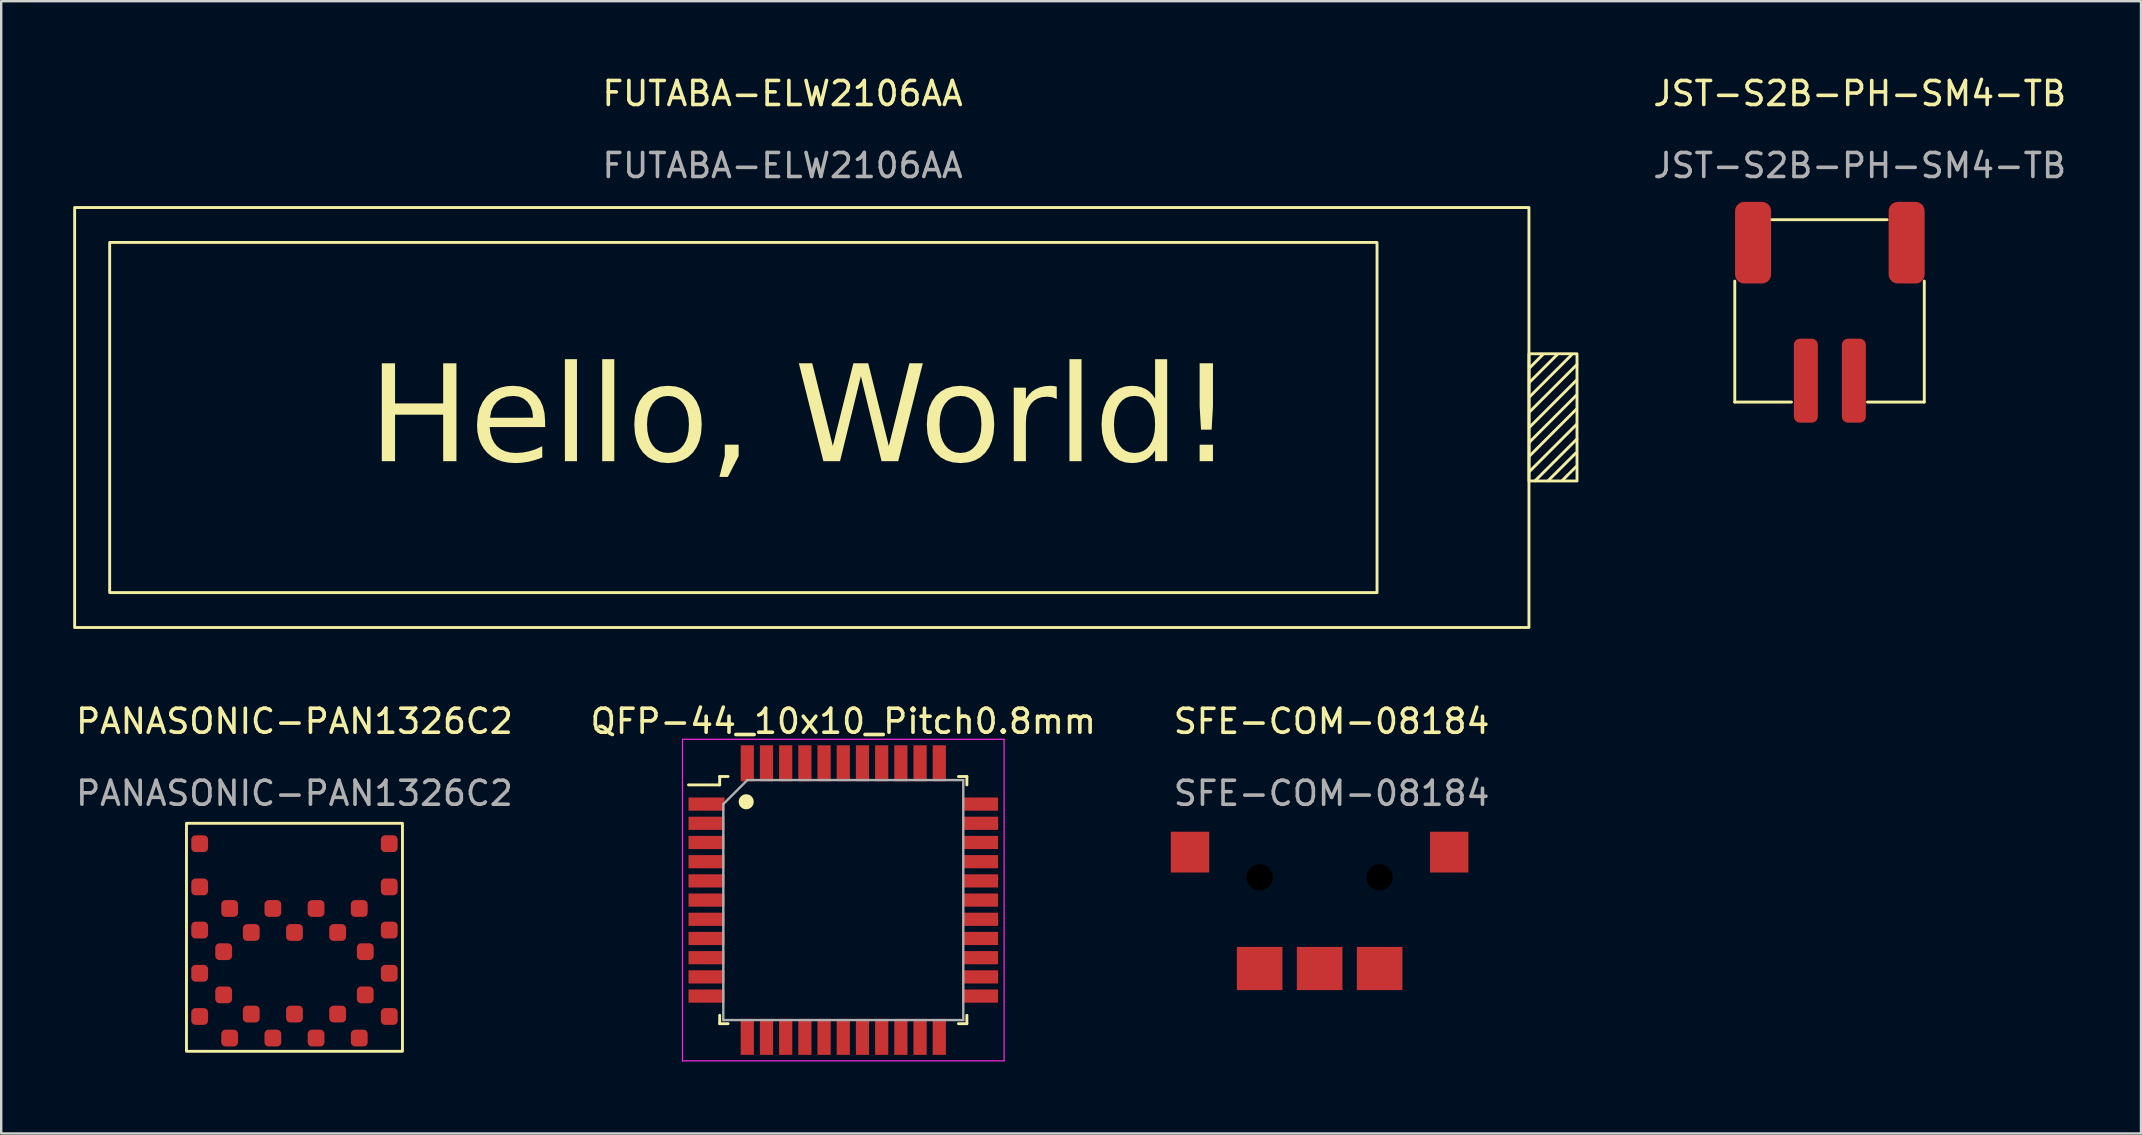
<source format=kicad_pcb>
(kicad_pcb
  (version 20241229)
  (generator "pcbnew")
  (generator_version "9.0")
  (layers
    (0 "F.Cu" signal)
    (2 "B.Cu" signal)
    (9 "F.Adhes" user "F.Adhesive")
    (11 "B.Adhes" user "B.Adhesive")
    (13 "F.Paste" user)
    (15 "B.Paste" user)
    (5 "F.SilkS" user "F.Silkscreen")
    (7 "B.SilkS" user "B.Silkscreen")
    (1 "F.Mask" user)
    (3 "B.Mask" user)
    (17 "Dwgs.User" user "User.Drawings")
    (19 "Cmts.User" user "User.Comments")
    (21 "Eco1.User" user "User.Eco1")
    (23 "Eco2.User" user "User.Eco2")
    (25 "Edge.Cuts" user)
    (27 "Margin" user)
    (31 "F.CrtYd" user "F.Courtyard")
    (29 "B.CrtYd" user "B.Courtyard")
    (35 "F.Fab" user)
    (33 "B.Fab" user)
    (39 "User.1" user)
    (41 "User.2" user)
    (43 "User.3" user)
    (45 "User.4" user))
  (footprint "JST-S2B-PH-SM4-TB"
    (layer "F.Cu")
    (at 69.999 7.063)
    (property "Reference" "JST-S2B-PH-SM4-TB" (at 4.445 -6.215 0) (unlocked yes) (layer "F.SilkS") (effects (font (size 1 1) (thickness 0.15))))
    (attr smd)
    (fp_line (start -0.765 6.641) (end 1.6 6.641) (stroke (width 0.12) (type default)) (layer "F.SilkS"))
    (fp_line (start -0.762 1.6) (end -0.762 6.641) (stroke (width 0.12) (type default)) (layer "F.SilkS"))
    (fp_line (start 0.785 -0.959) (end 5.585 -0.959) (stroke (width 0.12) (type default)) (layer "F.SilkS"))
    (fp_line (start 4.767 6.641) (end 7.133 6.641) (stroke (width 0.12) (type default)) (layer "F.SilkS"))
    (fp_line (start 7.135 1.6) (end 7.135 6.641) (stroke (width 0.12) (type default)) (layer "F.SilkS"))
    (fp_text user "${REFERENCE}" (at 4.445 -3.215 0) (unlocked yes) (layer "F.Fab") (effects (font (size 1 1) (thickness 0.15))))
    (pad "1" smd roundrect (at 4.2 5.75 90) (size 3.5 1) (layers "F.Cu" "F.Mask" "F.Paste") (roundrect_rratio 0.25))
    (pad "2" smd roundrect (at 2.2 5.75 90) (size 3.5 1) (layers "F.Cu" "F.Mask" "F.Paste") (roundrect_rratio 0.25))
    (pad "MP" smd roundrect (at 0 0 90) (size 3.4 1.5) (layers "F.Cu" "F.Mask" "F.Paste") (roundrect_rratio 0.25))
    (pad "MP" smd roundrect (at 6.4 0 90) (size 3.4 1.5) (layers "F.Cu" "F.Mask" "F.Paste") (roundrect_rratio 0.25)))
  (footprint "QFP-44_10x10_Pitch0.8mm"
    (layer "F.Cu")
    (at 32.089 34.456)
    (property "Reference" "QFP-44_10x10_Pitch0.8mm" (at 0 -7.45 0) (layer "F.SilkS") (effects (font (size 1 1) (thickness 0.15))))
    (attr smd)
    (fp_line (start -5.15 -5.15) (end -5.15 -4.8) (stroke (width 0.12) (type default)) (layer "F.SilkS"))
    (fp_line (start -5.15 -4.8) (end -6.45 -4.8) (stroke (width 0.12) (type default)) (layer "F.SilkS"))
    (fp_line (start -5.15 5.15) (end -5.15 4.8) (stroke (width 0.12) (type default)) (layer "F.SilkS"))
    (fp_line (start -4.8 -5.15) (end -5.15 -5.15) (stroke (width 0.12) (type default)) (layer "F.SilkS"))
    (fp_line (start -4.8 5.15) (end -5.15 5.15) (stroke (width 0.12) (type default)) (layer "F.SilkS"))
    (fp_line (start 4.8 -5.15) (end 5.15 -5.15) (stroke (width 0.12) (type default)) (layer "F.SilkS"))
    (fp_line (start 4.8 5.15) (end 5.15 5.15) (stroke (width 0.12) (type default)) (layer "F.SilkS"))
    (fp_line (start 5.15 -5.15) (end 5.15 -4.8) (stroke (width 0.12) (type default)) (layer "F.SilkS"))
    (fp_line (start 5.15 5.15) (end 5.15 4.8) (stroke (width 0.12) (type default)) (layer "F.SilkS"))
    (fp_circle (center -4.045 -4.097) (end -3.791 -4.097) (stroke (width 0.12) (type solid)) (fill yes) (layer "F.SilkS"))
    (fp_line (start -6.7 -6.7) (end 6.7 -6.7) (stroke (width 0.05) (type default)) (layer "F.CrtYd"))
    (fp_line (start -6.7 6.7) (end -6.7 -6.7) (stroke (width 0.05) (type default)) (layer "F.CrtYd"))
    (fp_line (start 6.7 -6.7) (end 6.7 6.7) (stroke (width 0.05) (type default)) (layer "F.CrtYd"))
    (fp_line (start 6.7 6.7) (end -6.7 6.7) (stroke (width 0.05) (type default)) (layer "F.CrtYd"))
    (fp_line (start -5 -4) (end -5 5) (stroke (width 0.1) (type default)) (layer "F.Fab"))
    (fp_line (start -5 5) (end 5 5) (stroke (width 0.1) (type default)) (layer "F.Fab"))
    (fp_line (start -4 -5) (end -5 -4) (stroke (width 0.1) (type default)) (layer "F.Fab"))
    (fp_line (start 5 -5) (end -4 -5) (stroke (width 0.1) (type default)) (layer "F.Fab"))
    (fp_line (start 5 5) (end 5 -5) (stroke (width 0.1) (type default)) (layer "F.Fab"))
    (pad "1" smd rect (at -5.7 -4 90) (size 0.55 1.5) (layers "F.Cu" "F.Mask" "F.Paste"))
    (pad "2" smd rect (at -5.7 -3.2 90) (size 0.55 1.5) (layers "F.Cu" "F.Mask" "F.Paste"))
    (pad "3" smd rect (at -5.7 -2.4 90) (size 0.55 1.5) (layers "F.Cu" "F.Mask" "F.Paste"))
    (pad "4" smd rect (at -5.7 -1.6 90) (size 0.55 1.5) (layers "F.Cu" "F.Mask" "F.Paste"))
    (pad "5" smd rect (at -5.7 -0.8 90) (size 0.55 1.5) (layers "F.Cu" "F.Mask" "F.Paste"))
    (pad "6" smd rect (at -5.7 0 90) (size 0.55 1.5) (layers "F.Cu" "F.Mask" "F.Paste"))
    (pad "7" smd rect (at -5.7 0.8 90) (size 0.55 1.5) (layers "F.Cu" "F.Mask" "F.Paste"))
    (pad "8" smd rect (at -5.7 1.6 90) (size 0.55 1.5) (layers "F.Cu" "F.Mask" "F.Paste"))
    (pad "9" smd rect (at -5.7 2.4 90) (size 0.55 1.5) (layers "F.Cu" "F.Mask" "F.Paste"))
    (pad "10" smd rect (at -5.7 3.2 90) (size 0.55 1.5) (layers "F.Cu" "F.Mask" "F.Paste"))
    (pad "11" smd rect (at -5.7 4 90) (size 0.55 1.5) (layers "F.Cu" "F.Mask" "F.Paste"))
    (pad "12" smd rect (at -4 5.7) (size 0.55 1.5) (layers "F.Cu" "F.Mask" "F.Paste"))
    (pad "13" smd rect (at -3.2 5.7) (size 0.55 1.5) (layers "F.Cu" "F.Mask" "F.Paste"))
    (pad "14" smd rect (at -2.4 5.7) (size 0.55 1.5) (layers "F.Cu" "F.Mask" "F.Paste"))
    (pad "15" smd rect (at -1.6 5.7) (size 0.55 1.5) (layers "F.Cu" "F.Mask" "F.Paste"))
    (pad "16" smd rect (at -0.8 5.7) (size 0.55 1.5) (layers "F.Cu" "F.Mask" "F.Paste"))
    (pad "17" smd rect (at 0 5.7) (size 0.55 1.5) (layers "F.Cu" "F.Mask" "F.Paste"))
    (pad "18" smd rect (at 0.8 5.7) (size 0.55 1.5) (layers "F.Cu" "F.Mask" "F.Paste"))
    (pad "19" smd rect (at 1.6 5.7) (size 0.55 1.5) (layers "F.Cu" "F.Mask" "F.Paste"))
    (pad "20" smd rect (at 2.4 5.7) (size 0.55 1.5) (layers "F.Cu" "F.Mask" "F.Paste"))
    (pad "21" smd rect (at 3.2 5.7) (size 0.55 1.5) (layers "F.Cu" "F.Mask" "F.Paste"))
    (pad "22" smd rect (at 4 5.7) (size 0.55 1.5) (layers "F.Cu" "F.Mask" "F.Paste"))
    (pad "23" smd rect (at 5.7 4 90) (size 0.55 1.5) (layers "F.Cu" "F.Mask" "F.Paste"))
    (pad "24" smd rect (at 5.7 3.2 90) (size 0.55 1.5) (layers "F.Cu" "F.Mask" "F.Paste"))
    (pad "25" smd rect (at 5.7 2.4 90) (size 0.55 1.5) (layers "F.Cu" "F.Mask" "F.Paste"))
    (pad "26" smd rect (at 5.7 1.6 90) (size 0.55 1.5) (layers "F.Cu" "F.Mask" "F.Paste"))
    (pad "27" smd rect (at 5.7 0.8 90) (size 0.55 1.5) (layers "F.Cu" "F.Mask" "F.Paste"))
    (pad "28" smd rect (at 5.7 0 90) (size 0.55 1.5) (layers "F.Cu" "F.Mask" "F.Paste"))
    (pad "29" smd rect (at 5.7 -0.8 90) (size 0.55 1.5) (layers "F.Cu" "F.Mask" "F.Paste"))
    (pad "30" smd rect (at 5.7 -1.6 90) (size 0.55 1.5) (layers "F.Cu" "F.Mask" "F.Paste"))
    (pad "31" smd rect (at 5.7 -2.4 90) (size 0.55 1.5) (layers "F.Cu" "F.Mask" "F.Paste"))
    (pad "32" smd rect (at 5.7 -3.2 90) (size 0.55 1.5) (layers "F.Cu" "F.Mask" "F.Paste"))
    (pad "33" smd rect (at 5.7 -4 90) (size 0.55 1.5) (layers "F.Cu" "F.Mask" "F.Paste"))
    (pad "34" smd rect (at 4 -5.7) (size 0.55 1.5) (layers "F.Cu" "F.Mask" "F.Paste"))
    (pad "35" smd rect (at 3.2 -5.7) (size 0.55 1.5) (layers "F.Cu" "F.Mask" "F.Paste"))
    (pad "36" smd rect (at 2.4 -5.7) (size 0.55 1.5) (layers "F.Cu" "F.Mask" "F.Paste"))
    (pad "37" smd rect (at 1.6 -5.7) (size 0.55 1.5) (layers "F.Cu" "F.Mask" "F.Paste"))
    (pad "38" smd rect (at 0.8 -5.7) (size 0.55 1.5) (layers "F.Cu" "F.Mask" "F.Paste"))
    (pad "39" smd rect (at 0 -5.7) (size 0.55 1.5) (layers "F.Cu" "F.Mask" "F.Paste"))
    (pad "40" smd rect (at -0.8 -5.7) (size 0.55 1.5) (layers "F.Cu" "F.Mask" "F.Paste"))
    (pad "41" smd rect (at -1.6 -5.7) (size 0.55 1.5) (layers "F.Cu" "F.Mask" "F.Paste"))
    (pad "42" smd rect (at -2.4 -5.7) (size 0.55 1.5) (layers "F.Cu" "F.Mask" "F.Paste"))
    (pad "43" smd rect (at -3.2 -5.7) (size 0.55 1.5) (layers "F.Cu" "F.Mask" "F.Paste"))
    (pad "44" smd rect (at -4 -5.7) (size 0.55 1.5) (layers "F.Cu" "F.Mask" "F.Paste")))
  (footprint "FUTABA-ELW2106AA"
    (layer "F.Cu")
    (at 29.56 1.348)
    (property "Reference" "FUTABA-ELW2106AA" (at 0 -0.5 0) (unlocked yes) (layer "F.SilkS") (effects (font (size 1 1) (thickness 0.15))))
    (attr smd)
    (fp_line (start 31.113 10.944) (end 31.687 10.37) (stroke (width 0.12) (type default)) (layer "F.SilkS"))
    (fp_line (start 31.115 14.612) (end 33.07 12.657) (stroke (width 0.12) (type default)) (layer "F.SilkS"))
    (fp_line (start 31.126 14.022) (end 33.082 12.066) (stroke (width 0.12) (type default)) (layer "F.SilkS"))
    (fp_line (start 31.128 11.527) (end 32.284 10.37) (stroke (width 0.12) (type default)) (layer "F.SilkS"))
    (fp_line (start 31.138 13.389) (end 33.093 11.433) (stroke (width 0.12) (type default)) (layer "F.SilkS"))
    (fp_line (start 31.138 15.233) (end 33.093 13.278) (stroke (width 0.12) (type default)) (layer "F.SilkS"))
    (fp_line (start 31.14 12.124) (end 32.882 10.382) (stroke (width 0.12) (type default)) (layer "F.SilkS"))
    (fp_line (start 31.146 12.746) (end 33.101 10.79) (stroke (width 0.12) (type default)) (layer "F.SilkS"))
    (fp_line (start 31.357 15.636) (end 33.099 13.894) (stroke (width 0.12) (type default)) (layer "F.SilkS"))
    (fp_line (start 31.894 15.638) (end 33.051 14.481) (stroke (width 0.12) (type default)) (layer "F.SilkS"))
    (fp_line (start 32.503 15.608) (end 33.077 15.034) (stroke (width 0.12) (type default)) (layer "F.SilkS"))
    (fp_rect (start -29.5 4.25) (end 31.1 21.75) (stroke (width 0.12) (type default)) (fill no) (layer "F.SilkS"))
    (fp_rect (start -28.04 5.705) (end 24.77 20.295) (stroke (width 0.12) (type default)) (fill no) (layer "F.SilkS"))
    (fp_rect (start 31.103 10.344) (end 33.103 15.644) (stroke (width 0.12) (type default)) (fill no) (layer "F.SilkS"))
    (fp_text user "Hello, World!" (at -17.25 15.5 0) (unlocked yes) (layer "F.SilkS") (effects (font (face "Comic Sans MS") (size 4 4) (thickness 0.15)) (justify left bottom)))
    (fp_text user "${REFERENCE}" (at 0 2.5 0) (unlocked yes) (layer "F.Fab") (effects (font (size 1 1) (thickness 0.15)))))
  (footprint "SFE-COM-08184"
    (layer "F.Cu")
    (at 51.938 33.507)
    (property "Reference" "SFE-COM-08184" (at 0.5 -6.5 0) (unlocked yes) (layer "F.SilkS") (effects (font (size 1 1) (thickness 0.15))))
    (attr smd)
    (fp_text user "${REFERENCE}" (at 0.5 -3.5 0) (unlocked yes) (layer "F.Fab") (effects (font (size 1 1) (thickness 0.15))))
    (pad "" np_thru_hole circle (at -2.5 0 90) (size 1.1 1.1) (drill 1.1) (layers "*.Mask"))
    (pad "" np_thru_hole circle (at 2.5 0 90) (size 1.1 1.1) (drill 1.1) (layers "*.Mask"))
    (pad "1" smd rect (at -2.5 3.8 90) (size 1.8 1.9) (layers "F.Cu" "F.Mask" "F.Paste"))
    (pad "2" smd rect (at 2.5 3.8 90) (size 1.8 1.9) (layers "F.Cu" "F.Mask" "F.Paste"))
    (pad "C" smd rect (at -5.4 -1.05 90) (size 1.7 1.6) (layers "F.Cu" "F.Mask" "F.Paste"))
    (pad "C" smd rect (at 5.4 -1.05 90) (size 1.7 1.6) (layers "F.Cu" "F.Mask" "F.Paste"))
    (pad "T" smd rect (at 0 3.8 90) (size 1.8 1.9) (layers "F.Cu" "F.Mask" "F.Paste")))
  (footprint "PANASONIC-PAN1326C2"
    (layer "F.Cu")
    (at 9.22 27.506)
    (property "Reference" "PANASONIC-PAN1326C2" (at 0 -0.5 0) (unlocked yes) (layer "F.SilkS") (effects (font (size 1 1) (thickness 0.15))))
    (attr smd)
    (fp_rect (start -4.5 3.75) (end 4.5 13.25) (stroke (width 0.12) (type default)) (fill no) (layer "F.SilkS"))
    (fp_text user "${REFERENCE}" (at 0 2.5 0) (unlocked yes) (layer "F.Fab") (effects (font (size 1 1) (thickness 0.15))))
    (pad "1" smd roundrect (at -2.7 12.7) (size 0.7 0.7) (layers "F.Cu" "F.Mask" "F.Paste") (roundrect_rratio 0.25))
    (pad "2" smd roundrect (at -1.8 11.7) (size 0.7 0.7) (layers "F.Cu" "F.Mask" "F.Paste") (roundrect_rratio 0.25))
    (pad "3" smd roundrect (at -0.9 12.7) (size 0.7 0.7) (layers "F.Cu" "F.Mask" "F.Paste") (roundrect_rratio 0.25))
    (pad "4" smd roundrect (at 0 11.7) (size 0.7 0.7) (layers "F.Cu" "F.Mask" "F.Paste") (roundrect_rratio 0.25))
    (pad "5" smd roundrect (at 0.9 12.7) (size 0.7 0.7) (layers "F.Cu" "F.Mask" "F.Paste") (roundrect_rratio 0.25))
    (pad "6" smd roundrect (at 1.8 11.7) (size 0.7 0.7) (layers "F.Cu" "F.Mask" "F.Paste") (roundrect_rratio 0.25))
    (pad "7" smd roundrect (at 2.7 12.7) (size 0.7 0.7) (layers "F.Cu" "F.Mask" "F.Paste") (roundrect_rratio 0.25))
    (pad "8" smd roundrect (at 3.95 11.8) (size 0.7 0.7) (layers "F.Cu" "F.Mask" "F.Paste") (roundrect_rratio 0.25))
    (pad "9" smd roundrect (at 2.95 10.9) (size 0.7 0.7) (layers "F.Cu" "F.Mask" "F.Paste") (roundrect_rratio 0.25))
    (pad "10" smd roundrect (at 3.95 10) (size 0.7 0.7) (layers "F.Cu" "F.Mask" "F.Paste") (roundrect_rratio 0.25))
    (pad "11" smd roundrect (at 2.95 9.1) (size 0.7 0.7) (layers "F.Cu" "F.Mask" "F.Paste") (roundrect_rratio 0.25))
    (pad "12" smd roundrect (at 3.95 8.2) (size 0.7 0.7) (layers "F.Cu" "F.Mask" "F.Paste") (roundrect_rratio 0.25))
    (pad "13" smd roundrect (at 2.7 7.3) (size 0.7 0.7) (layers "F.Cu" "F.Mask" "F.Paste") (roundrect_rratio 0.25))
    (pad "14" smd roundrect (at 1.8 8.3) (size 0.7 0.7) (layers "F.Cu" "F.Mask" "F.Paste") (roundrect_rratio 0.25))
    (pad "15" smd roundrect (at 0.9 7.3) (size 0.7 0.7) (layers "F.Cu" "F.Mask" "F.Paste") (roundrect_rratio 0.25))
    (pad "16" smd roundrect (at 0 8.3) (size 0.7 0.7) (layers "F.Cu" "F.Mask" "F.Paste") (roundrect_rratio 0.25))
    (pad "17" smd roundrect (at -0.9 7.3) (size 0.7 0.7) (layers "F.Cu" "F.Mask" "F.Paste") (roundrect_rratio 0.25))
    (pad "18" smd roundrect (at -1.8 8.3) (size 0.7 0.7) (layers "F.Cu" "F.Mask" "F.Paste") (roundrect_rratio 0.25))
    (pad "19" smd roundrect (at -2.7 7.3) (size 0.7 0.7) (layers "F.Cu" "F.Mask" "F.Paste") (roundrect_rratio 0.25))
    (pad "20" smd roundrect (at -3.95 8.2) (size 0.7 0.7) (layers "F.Cu" "F.Mask" "F.Paste") (roundrect_rratio 0.25))
    (pad "21" smd roundrect (at -2.95 9.1) (size 0.7 0.7) (layers "F.Cu" "F.Mask" "F.Paste") (roundrect_rratio 0.25))
    (pad "22" smd roundrect (at -3.95 10) (size 0.7 0.7) (layers "F.Cu" "F.Mask" "F.Paste") (roundrect_rratio 0.25))
    (pad "23" smd roundrect (at -2.95 10.9) (size 0.7 0.7) (layers "F.Cu" "F.Mask" "F.Paste") (roundrect_rratio 0.25))
    (pad "24" smd roundrect (at -3.95 11.8) (size 0.7 0.7) (layers "F.Cu" "F.Mask" "F.Paste") (roundrect_rratio 0.25))
    (pad "A" smd roundrect (at -3.95 6.4) (size 0.7 0.7) (layers "F.Cu" "F.Mask" "F.Paste") (roundrect_rratio 0.25))
    (pad "B" smd roundrect (at 3.95 6.4) (size 0.7 0.7) (layers "F.Cu" "F.Mask" "F.Paste") (roundrect_rratio 0.25))
    (pad "C" smd roundrect (at -3.95 4.6) (size 0.7 0.7) (layers "F.Cu" "F.Mask" "F.Paste") (roundrect_rratio 0.25))
    (pad "D" smd roundrect (at 3.95 4.6) (size 0.7 0.7) (layers "F.Cu" "F.Mask" "F.Paste") (roundrect_rratio 0.25)))
  (gr_rect
    (start -3 -3)
    (end 86.164 44.181)
    (stroke (width 0.1) (type default))
    (fill no)
    (layer "Edge.Cuts")))
</source>
